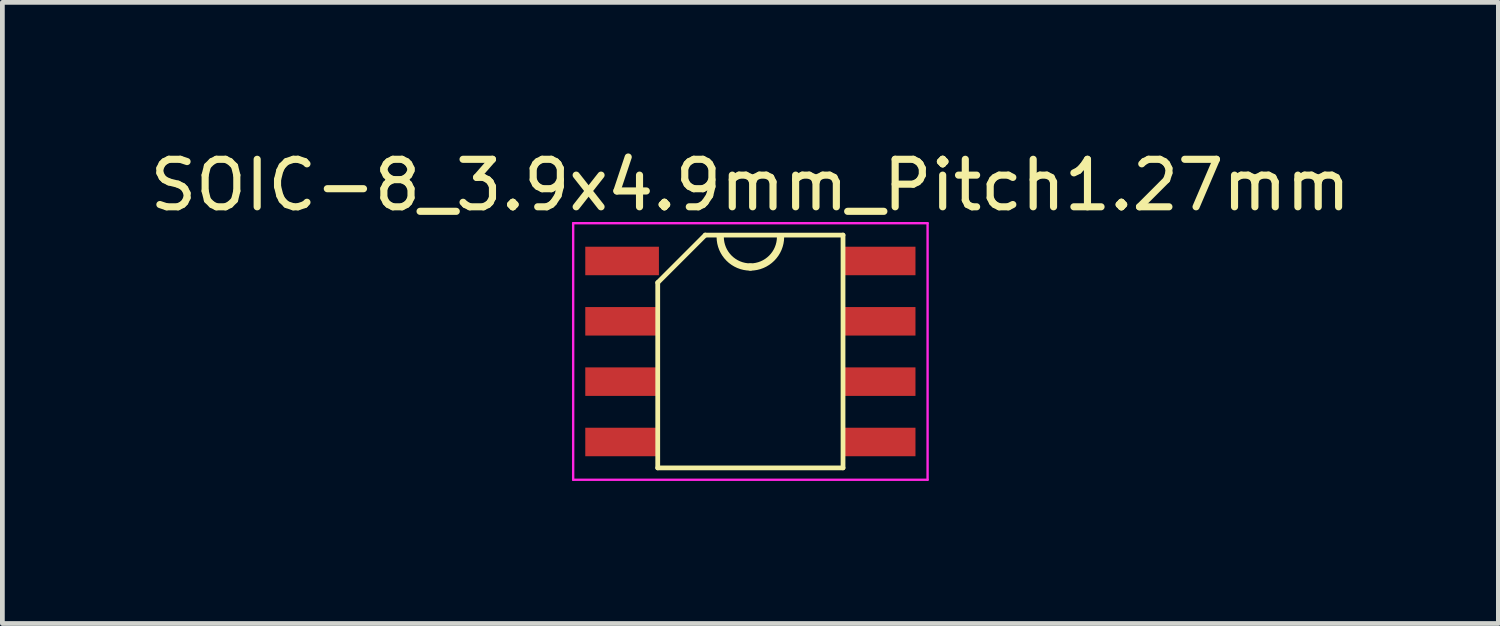
<source format=kicad_pcb>
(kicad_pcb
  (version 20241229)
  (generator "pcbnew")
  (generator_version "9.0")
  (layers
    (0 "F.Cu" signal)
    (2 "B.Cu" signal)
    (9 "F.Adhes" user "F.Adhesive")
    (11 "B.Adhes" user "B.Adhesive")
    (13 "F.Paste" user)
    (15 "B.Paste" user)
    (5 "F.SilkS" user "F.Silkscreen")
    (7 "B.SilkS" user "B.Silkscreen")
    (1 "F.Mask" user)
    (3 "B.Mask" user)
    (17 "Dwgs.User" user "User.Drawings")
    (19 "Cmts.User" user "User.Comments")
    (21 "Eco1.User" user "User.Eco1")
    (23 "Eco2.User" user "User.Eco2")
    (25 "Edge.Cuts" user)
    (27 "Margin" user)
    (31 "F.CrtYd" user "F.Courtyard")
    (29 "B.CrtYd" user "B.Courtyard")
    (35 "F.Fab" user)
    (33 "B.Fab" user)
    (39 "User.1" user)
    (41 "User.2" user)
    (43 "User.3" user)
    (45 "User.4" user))
  (footprint "SOIC-8_3.9x4.9mm_Pitch1.27mm"
    (layer "F.Cu")
    (at 12.744 4.348)
    (property "Reference" "SOIC-8_3.9x4.9mm_Pitch1.27mm" (at 0 -3.5 0) (layer "F.SilkS") (effects (font (size 1 1) (thickness 0.15))))
    (attr smd)
    (fp_line (start -1.95 -1.45) (end -0.95 -2.45) (stroke (width 0.1) (type solid)) (layer "F.SilkS"))
    (fp_line (start -1.95 2.45) (end -1.95 -1.45) (stroke (width 0.1) (type solid)) (layer "F.SilkS"))
    (fp_line (start -0.95 -2.45) (end 1.95 -2.45) (stroke (width 0.1) (type solid)) (layer "F.SilkS"))
    (fp_line (start 1.95 -2.45) (end 1.95 2.45) (stroke (width 0.1) (type solid)) (layer "F.SilkS"))
    (fp_line (start 1.95 2.45) (end -1.95 2.45) (stroke (width 0.1) (type solid)) (layer "F.SilkS"))
    (fp_arc (start 0 -1.778) (mid -0.449013 -1.963987) (end -0.635 -2.413) (stroke (width 0.1524) (type solid)) (layer "F.SilkS"))
    (fp_arc (start 0.635 -2.413) (mid 0.449013 -1.963987) (end 0 -1.778) (stroke (width 0.1524) (type solid)) (layer "F.SilkS"))
    (fp_line (start -3.73 -2.7) (end -3.73 2.7) (stroke (width 0.05) (type solid)) (layer "F.CrtYd"))
    (fp_line (start -3.73 -2.7) (end 3.73 -2.7) (stroke (width 0.05) (type solid)) (layer "F.CrtYd"))
    (fp_line (start -3.73 2.7) (end 3.73 2.7) (stroke (width 0.05) (type solid)) (layer "F.CrtYd"))
    (fp_line (start 3.73 -2.7) (end 3.73 2.7) (stroke (width 0.05) (type solid)) (layer "F.CrtYd"))
    (pad "1" smd rect (at -2.7 -1.905) (size 1.55 0.6) (layers "F.Cu" "F.Mask" "F.Paste"))
    (pad "2" smd rect (at -2.7 -0.635) (size 1.55 0.6) (layers "F.Cu" "F.Mask" "F.Paste"))
    (pad "3" smd rect (at -2.7 0.635) (size 1.55 0.6) (layers "F.Cu" "F.Mask" "F.Paste"))
    (pad "4" smd rect (at -2.7 1.905) (size 1.55 0.6) (layers "F.Cu" "F.Mask" "F.Paste"))
    (pad "5" smd rect (at 2.7 1.905) (size 1.55 0.6) (layers "F.Cu" "F.Mask" "F.Paste"))
    (pad "6" smd rect (at 2.7 0.635) (size 1.55 0.6) (layers "F.Cu" "F.Mask" "F.Paste"))
    (pad "7" smd rect (at 2.7 -0.635) (size 1.55 0.6) (layers "F.Cu" "F.Mask" "F.Paste"))
    (pad "8" smd rect (at 2.7 -1.905) (size 1.55 0.6) (layers "F.Cu" "F.Mask" "F.Paste")))
  (gr_rect
    (start -3 -3)
    (end 28.488 10.073)
    (stroke (width 0.1) (type default))
    (fill no)
    (layer "Edge.Cuts")))
</source>
